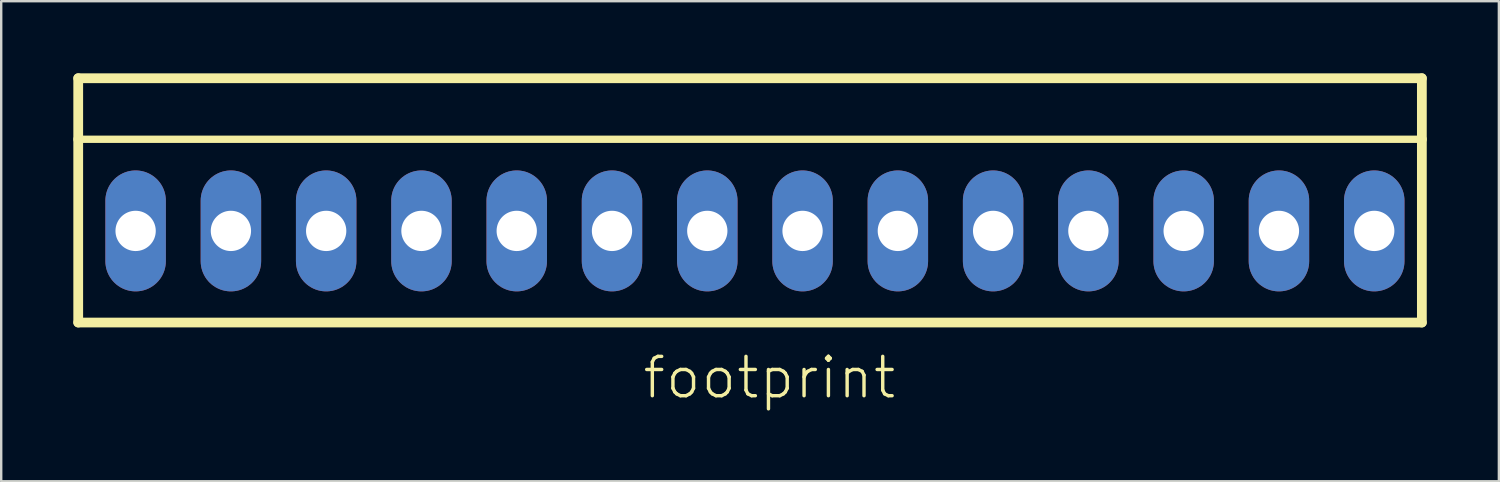
<source format=kicad_pcb>
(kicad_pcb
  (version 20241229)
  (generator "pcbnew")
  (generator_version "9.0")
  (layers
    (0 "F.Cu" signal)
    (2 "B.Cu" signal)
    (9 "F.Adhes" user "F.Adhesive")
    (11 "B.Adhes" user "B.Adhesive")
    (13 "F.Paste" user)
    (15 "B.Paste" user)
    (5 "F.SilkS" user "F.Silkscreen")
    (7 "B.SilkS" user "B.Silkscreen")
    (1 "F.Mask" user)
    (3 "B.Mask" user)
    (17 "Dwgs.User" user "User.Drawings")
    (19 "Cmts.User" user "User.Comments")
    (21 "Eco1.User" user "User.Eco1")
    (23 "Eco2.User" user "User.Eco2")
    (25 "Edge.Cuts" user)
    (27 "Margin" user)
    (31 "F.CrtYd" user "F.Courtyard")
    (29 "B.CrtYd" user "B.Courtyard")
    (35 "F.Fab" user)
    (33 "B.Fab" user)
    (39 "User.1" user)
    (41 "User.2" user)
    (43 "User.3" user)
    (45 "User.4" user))
  (footprint "footprint"
    (layer "F.Cu")
    (at 28.346 6.553)
    (property "Reference" "footprint" (at -4.75 7.061 0) (layer "F.SilkS") (effects (font (size 1.636 1.636) (thickness 0.142)) (justify left bottom)))
    (fp_line (start -28.143 -6.35) (end 27.737 -6.35) (stroke (width 0.406) (type solid)) (layer "F.SilkS"))
    (fp_line (start -28.143 -3.81) (end -28.143 -6.35) (stroke (width 0.406) (type solid)) (layer "F.SilkS"))
    (fp_line (start -28.143 -3.81) (end -28.143 3.81) (stroke (width 0.406) (type solid)) (layer "F.SilkS"))
    (fp_line (start -28.143 -3.81) (end 27.737 -3.81) (stroke (width 0.305) (type solid)) (layer "F.SilkS"))
    (fp_line (start -28.143 3.81) (end 27.737 3.81) (stroke (width 0.406) (type solid)) (layer "F.SilkS"))
    (fp_line (start 27.737 -6.35) (end 27.737 -3.81) (stroke (width 0.406) (type solid)) (layer "F.SilkS"))
    (fp_line (start 27.737 -3.81) (end 27.737 3.81) (stroke (width 0.406) (type solid)) (layer "F.SilkS"))
    (fp_poly (pts (xy -26.264 0.508) (xy -25.248 0.508) (xy -25.248 -0.508) (xy -26.264 -0.508)) (stroke (width 0) (type solid)) (fill yes) (layer "F.SilkS"))
    (fp_poly (pts (xy -22.301 0.508) (xy -21.285 0.508) (xy -21.285 -0.508) (xy -22.301 -0.508)) (stroke (width 0) (type solid)) (fill yes) (layer "F.SilkS"))
    (fp_poly (pts (xy -18.339 0.508) (xy -17.323 0.508) (xy -17.323 -0.508) (xy -18.339 -0.508)) (stroke (width 0) (type solid)) (fill yes) (layer "F.SilkS"))
    (fp_poly (pts (xy -14.376 0.508) (xy -13.36 0.508) (xy -13.36 -0.508) (xy -14.376 -0.508)) (stroke (width 0) (type solid)) (fill yes) (layer "F.SilkS"))
    (fp_poly (pts (xy -10.414 0.508) (xy -9.398 0.508) (xy -9.398 -0.508) (xy -10.414 -0.508)) (stroke (width 0) (type solid)) (fill yes) (layer "F.SilkS"))
    (fp_poly (pts (xy -6.452 0.508) (xy -5.436 0.508) (xy -5.436 -0.508) (xy -6.452 -0.508)) (stroke (width 0) (type solid)) (fill yes) (layer "F.SilkS"))
    (fp_poly (pts (xy -2.489 0.508) (xy -1.473 0.508) (xy -1.473 -0.508) (xy -2.489 -0.508)) (stroke (width 0) (type solid)) (fill yes) (layer "F.SilkS"))
    (fp_poly (pts (xy 1.473 0.508) (xy 2.489 0.508) (xy 2.489 -0.508) (xy 1.473 -0.508)) (stroke (width 0) (type solid)) (fill yes) (layer "F.SilkS"))
    (fp_poly (pts (xy 5.436 0.508) (xy 6.452 0.508) (xy 6.452 -0.508) (xy 5.436 -0.508)) (stroke (width 0) (type solid)) (fill yes) (layer "F.SilkS"))
    (fp_poly (pts (xy 9.398 0.508) (xy 10.414 0.508) (xy 10.414 -0.508) (xy 9.398 -0.508)) (stroke (width 0) (type solid)) (fill yes) (layer "F.SilkS"))
    (fp_poly (pts (xy 13.36 0.508) (xy 14.376 0.508) (xy 14.376 -0.508) (xy 13.36 -0.508)) (stroke (width 0) (type solid)) (fill yes) (layer "F.SilkS"))
    (fp_poly (pts (xy 17.323 0.508) (xy 18.339 0.508) (xy 18.339 -0.508) (xy 17.323 -0.508)) (stroke (width 0) (type solid)) (fill yes) (layer "F.SilkS"))
    (fp_poly (pts (xy 21.285 0.508) (xy 22.301 0.508) (xy 22.301 -0.508) (xy 21.285 -0.508)) (stroke (width 0) (type solid)) (fill yes) (layer "F.SilkS"))
    (fp_poly (pts (xy 25.248 0.508) (xy 26.264 0.508) (xy 26.264 -0.508) (xy 25.248 -0.508)) (stroke (width 0) (type solid)) (fill yes) (layer "F.SilkS"))
    (pad "1" thru_hole oval (at 25.756 0 90) (size 5.029 2.515) (drill 1.676) (layers "*.Cu" "*.Mask"))
    (pad "2" thru_hole oval (at 21.793 0 90) (size 5.029 2.515) (drill 1.676) (layers "*.Cu" "*.Mask"))
    (pad "3" thru_hole oval (at 17.831 0 90) (size 5.029 2.515) (drill 1.676) (layers "*.Cu" "*.Mask"))
    (pad "4" thru_hole oval (at 13.868 0 90) (size 5.029 2.515) (drill 1.676) (layers "*.Cu" "*.Mask"))
    (pad "5" thru_hole oval (at 9.906 0 90) (size 5.029 2.515) (drill 1.676) (layers "*.Cu" "*.Mask"))
    (pad "6" thru_hole oval (at 5.944 0 90) (size 5.029 2.515) (drill 1.676) (layers "*.Cu" "*.Mask"))
    (pad "7" thru_hole oval (at 1.981 0 90) (size 5.029 2.515) (drill 1.676) (layers "*.Cu" "*.Mask"))
    (pad "8" thru_hole oval (at -1.981 0 90) (size 5.029 2.515) (drill 1.676) (layers "*.Cu" "*.Mask"))
    (pad "9" thru_hole oval (at -5.944 0 90) (size 5.029 2.515) (drill 1.676) (layers "*.Cu" "*.Mask"))
    (pad "10" thru_hole oval (at -9.906 0 90) (size 5.029 2.515) (drill 1.676) (layers "*.Cu" "*.Mask"))
    (pad "11" thru_hole oval (at -13.868 0 90) (size 5.029 2.515) (drill 1.676) (layers "*.Cu" "*.Mask"))
    (pad "12" thru_hole oval (at -17.831 0 90) (size 5.029 2.515) (drill 1.676) (layers "*.Cu" "*.Mask"))
    (pad "13" thru_hole oval (at -21.793 0 90) (size 5.029 2.515) (drill 1.676) (layers "*.Cu" "*.Mask"))
    (pad "14" thru_hole oval (at -25.756 0 90) (size 5.029 2.515) (drill 1.676) (layers "*.Cu" "*.Mask")))
  (gr_rect
    (start -3 -3)
    (end 59.286 16.965)
    (stroke (width 0.1) (type default))
    (fill no)
    (layer "Edge.Cuts")))
</source>
